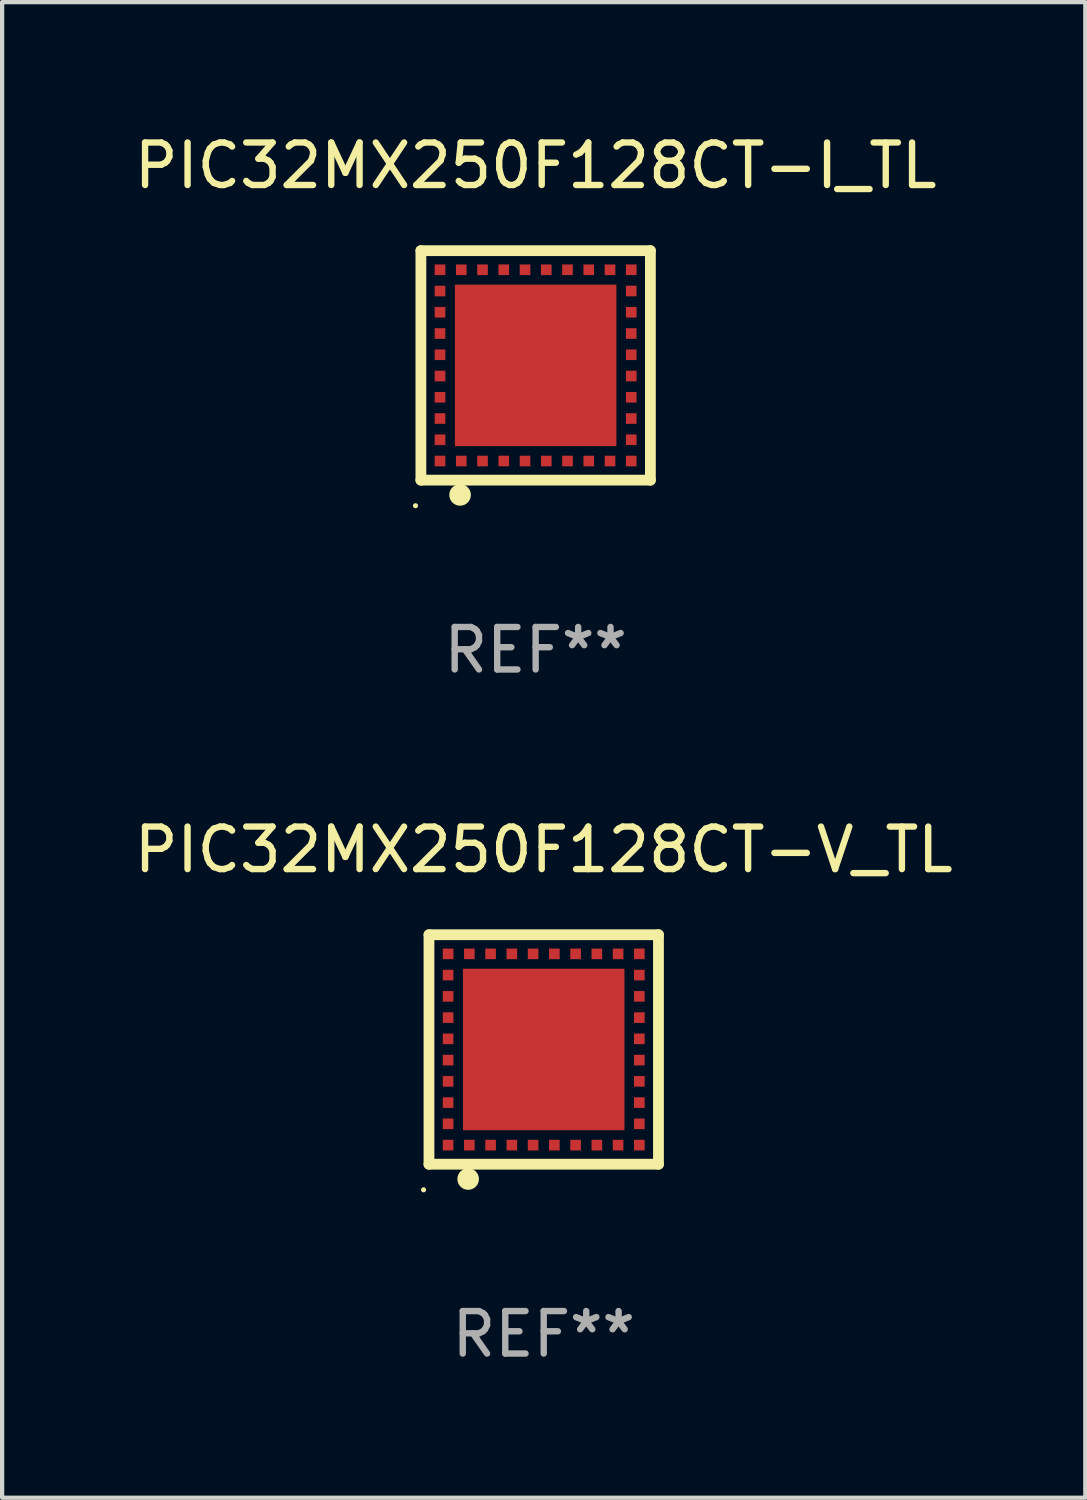
<source format=kicad_pcb>
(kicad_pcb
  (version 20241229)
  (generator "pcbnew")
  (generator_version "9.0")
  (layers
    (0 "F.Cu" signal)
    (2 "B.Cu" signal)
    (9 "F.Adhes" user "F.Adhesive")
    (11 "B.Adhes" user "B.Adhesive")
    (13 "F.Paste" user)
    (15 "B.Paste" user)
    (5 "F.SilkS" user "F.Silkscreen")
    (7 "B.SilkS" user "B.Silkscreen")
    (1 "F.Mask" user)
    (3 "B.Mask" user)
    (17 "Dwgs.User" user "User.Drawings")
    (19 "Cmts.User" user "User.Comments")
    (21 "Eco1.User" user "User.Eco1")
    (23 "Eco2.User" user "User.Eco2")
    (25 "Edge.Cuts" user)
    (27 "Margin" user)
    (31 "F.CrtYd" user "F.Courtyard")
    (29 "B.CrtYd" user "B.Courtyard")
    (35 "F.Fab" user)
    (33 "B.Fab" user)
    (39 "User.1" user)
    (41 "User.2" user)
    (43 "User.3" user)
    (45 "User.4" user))
  (footprint "PIC32MX250F128CT-V_TL"
    (layer "F.Cu")
    (at 9.744 21.645)
    (property "Reference" "PIC32MX250F128CT-V_TL" (at 0 -4.7 0) (layer "F.SilkS") (effects (font (size 1 1) (thickness 0.15))))
    (attr through_hole)
    (fp_line (start -2.7 -2.7) (end 2.7 -2.7) (stroke (width 0.254) (type solid)) (layer "F.SilkS"))
    (fp_line (start -2.7 2.7) (end -2.7 -2.7) (stroke (width 0.254) (type solid)) (layer "F.SilkS"))
    (fp_line (start 2.7 -2.7) (end 2.7 2.7) (stroke (width 0.254) (type solid)) (layer "F.SilkS"))
    (fp_line (start 2.7 2.7) (end -2.7 2.7) (stroke (width 0.254) (type solid)) (layer "F.SilkS"))
    (fp_circle (center -2.827 3.302) (end -2.797 3.302) (stroke (width 0.06) (type solid)) (fill no) (layer "F.SilkS"))
    (fp_circle (center -1.778 3.048) (end -1.651 3.048) (stroke (width 0.254) (type solid)) (fill no) (layer "F.SilkS"))
    (fp_text user "REF**" (at 0 6.7 0) (layer "F.Fab") (effects (font (size 1 1) (thickness 0.15))))
    (pad "1" smd rect (at -1.75 2.25) (size 0.25 0.25) (layers "F.Cu" "F.Mask" "F.Paste"))
    (pad "2" smd rect (at -1.25 2.25) (size 0.25 0.25) (layers "F.Cu" "F.Mask" "F.Paste"))
    (pad "3" smd rect (at -0.75 2.25) (size 0.25 0.25) (layers "F.Cu" "F.Mask" "F.Paste"))
    (pad "4" smd rect (at -0.25 2.25) (size 0.25 0.25) (layers "F.Cu" "F.Mask" "F.Paste"))
    (pad "5" smd rect (at 0.25 2.25) (size 0.25 0.25) (layers "F.Cu" "F.Mask" "F.Paste"))
    (pad "6" smd rect (at 0.75 2.25) (size 0.25 0.25) (layers "F.Cu" "F.Mask" "F.Paste"))
    (pad "7" smd rect (at 1.25 2.25) (size 0.25 0.25) (layers "F.Cu" "F.Mask" "F.Paste"))
    (pad "8" smd rect (at 1.75 2.25) (size 0.25 0.25) (layers "F.Cu" "F.Mask" "F.Paste"))
    (pad "9" smd rect (at 2.25 2.25) (size 0.25 0.25) (layers "F.Cu" "F.Mask" "F.Paste"))
    (pad "10" smd rect (at 2.25 1.75) (size 0.25 0.25) (layers "F.Cu" "F.Mask" "F.Paste"))
    (pad "11" smd rect (at 2.25 1.25) (size 0.25 0.25) (layers "F.Cu" "F.Mask" "F.Paste"))
    (pad "12" smd rect (at 2.25 0.75) (size 0.25 0.25) (layers "F.Cu" "F.Mask" "F.Paste"))
    (pad "13" smd rect (at 2.25 0.25) (size 0.25 0.25) (layers "F.Cu" "F.Mask" "F.Paste"))
    (pad "14" smd rect (at 2.25 -0.25) (size 0.25 0.25) (layers "F.Cu" "F.Mask" "F.Paste"))
    (pad "15" smd rect (at 2.25 -0.75) (size 0.25 0.25) (layers "F.Cu" "F.Mask" "F.Paste"))
    (pad "16" smd rect (at 2.25 -1.25) (size 0.25 0.25) (layers "F.Cu" "F.Mask" "F.Paste"))
    (pad "17" smd rect (at 2.25 -1.75) (size 0.25 0.25) (layers "F.Cu" "F.Mask" "F.Paste"))
    (pad "18" smd rect (at 2.25 -2.25) (size 0.25 0.25) (layers "F.Cu" "F.Mask" "F.Paste"))
    (pad "19" smd rect (at 1.75 -2.25) (size 0.25 0.25) (layers "F.Cu" "F.Mask" "F.Paste"))
    (pad "20" smd rect (at 1.25 -2.25) (size 0.25 0.25) (layers "F.Cu" "F.Mask" "F.Paste"))
    (pad "21" smd rect (at 0.75 -2.25) (size 0.25 0.25) (layers "F.Cu" "F.Mask" "F.Paste"))
    (pad "22" smd rect (at 0.25 -2.25) (size 0.25 0.25) (layers "F.Cu" "F.Mask" "F.Paste"))
    (pad "23" smd rect (at -0.25 -2.25) (size 0.25 0.25) (layers "F.Cu" "F.Mask" "F.Paste"))
    (pad "24" smd rect (at -0.75 -2.25) (size 0.25 0.25) (layers "F.Cu" "F.Mask" "F.Paste"))
    (pad "25" smd rect (at -1.25 -2.25) (size 0.25 0.25) (layers "F.Cu" "F.Mask" "F.Paste"))
    (pad "26" smd rect (at -1.75 -2.25) (size 0.25 0.25) (layers "F.Cu" "F.Mask" "F.Paste"))
    (pad "27" smd rect (at -2.25 -2.25) (size 0.25 0.25) (layers "F.Cu" "F.Mask" "F.Paste"))
    (pad "28" smd rect (at -2.25 -1.75) (size 0.25 0.25) (layers "F.Cu" "F.Mask" "F.Paste"))
    (pad "29" smd rect (at -2.25 -1.25) (size 0.25 0.25) (layers "F.Cu" "F.Mask" "F.Paste"))
    (pad "30" smd rect (at -2.25 -0.75) (size 0.25 0.25) (layers "F.Cu" "F.Mask" "F.Paste"))
    (pad "31" smd rect (at -2.25 -0.25) (size 0.25 0.25) (layers "F.Cu" "F.Mask" "F.Paste"))
    (pad "32" smd rect (at -2.25 0.25) (size 0.25 0.25) (layers "F.Cu" "F.Mask" "F.Paste"))
    (pad "33" smd rect (at -2.25 0.75) (size 0.25 0.25) (layers "F.Cu" "F.Mask" "F.Paste"))
    (pad "34" smd rect (at -2.25 1.25) (size 0.25 0.25) (layers "F.Cu" "F.Mask" "F.Paste"))
    (pad "35" smd rect (at -2.25 1.75) (size 0.25 0.25) (layers "F.Cu" "F.Mask" "F.Paste"))
    (pad "36" smd rect (at -2.25 2.25) (size 0.25 0.25) (layers "F.Cu" "F.Mask" "F.Paste"))
    (pad "37" smd rect (at 0.000127 -0.000076) (size 3.8 3.8) (layers "F.Cu" "F.Mask" "F.Paste")))
  (footprint "PIC32MX250F128CT-I_TL"
    (layer "F.Cu")
    (at 9.554 5.548)
    (property "Reference" "PIC32MX250F128CT-I_TL" (at 0 -4.7 0) (layer "F.SilkS") (effects (font (size 1 1) (thickness 0.15))))
    (attr through_hole)
    (fp_line (start -2.7 -2.7) (end 2.7 -2.7) (stroke (width 0.254) (type solid)) (layer "F.SilkS"))
    (fp_line (start -2.7 2.7) (end -2.7 -2.7) (stroke (width 0.254) (type solid)) (layer "F.SilkS"))
    (fp_line (start 2.7 -2.7) (end 2.7 2.7) (stroke (width 0.254) (type solid)) (layer "F.SilkS"))
    (fp_line (start 2.7 2.7) (end -2.7 2.7) (stroke (width 0.254) (type solid)) (layer "F.SilkS"))
    (fp_circle (center -2.827 3.302) (end -2.797 3.302) (stroke (width 0.06) (type solid)) (fill no) (layer "F.SilkS"))
    (fp_circle (center -1.778 3.048) (end -1.651 3.048) (stroke (width 0.254) (type solid)) (fill no) (layer "F.SilkS"))
    (fp_text user "REF**" (at 0 6.7 0) (layer "F.Fab") (effects (font (size 1 1) (thickness 0.15))))
    (pad "1" smd rect (at -1.75 2.25) (size 0.25 0.25) (layers "F.Cu" "F.Mask" "F.Paste"))
    (pad "2" smd rect (at -1.25 2.25) (size 0.25 0.25) (layers "F.Cu" "F.Mask" "F.Paste"))
    (pad "3" smd rect (at -0.75 2.25) (size 0.25 0.25) (layers "F.Cu" "F.Mask" "F.Paste"))
    (pad "4" smd rect (at -0.25 2.25) (size 0.25 0.25) (layers "F.Cu" "F.Mask" "F.Paste"))
    (pad "5" smd rect (at 0.25 2.25) (size 0.25 0.25) (layers "F.Cu" "F.Mask" "F.Paste"))
    (pad "6" smd rect (at 0.75 2.25) (size 0.25 0.25) (layers "F.Cu" "F.Mask" "F.Paste"))
    (pad "7" smd rect (at 1.25 2.25) (size 0.25 0.25) (layers "F.Cu" "F.Mask" "F.Paste"))
    (pad "8" smd rect (at 1.75 2.25) (size 0.25 0.25) (layers "F.Cu" "F.Mask" "F.Paste"))
    (pad "9" smd rect (at 2.25 2.25) (size 0.25 0.25) (layers "F.Cu" "F.Mask" "F.Paste"))
    (pad "10" smd rect (at 2.25 1.75) (size 0.25 0.25) (layers "F.Cu" "F.Mask" "F.Paste"))
    (pad "11" smd rect (at 2.25 1.25) (size 0.25 0.25) (layers "F.Cu" "F.Mask" "F.Paste"))
    (pad "12" smd rect (at 2.25 0.75) (size 0.25 0.25) (layers "F.Cu" "F.Mask" "F.Paste"))
    (pad "13" smd rect (at 2.25 0.25) (size 0.25 0.25) (layers "F.Cu" "F.Mask" "F.Paste"))
    (pad "14" smd rect (at 2.25 -0.25) (size 0.25 0.25) (layers "F.Cu" "F.Mask" "F.Paste"))
    (pad "15" smd rect (at 2.25 -0.75) (size 0.25 0.25) (layers "F.Cu" "F.Mask" "F.Paste"))
    (pad "16" smd rect (at 2.25 -1.25) (size 0.25 0.25) (layers "F.Cu" "F.Mask" "F.Paste"))
    (pad "17" smd rect (at 2.25 -1.75) (size 0.25 0.25) (layers "F.Cu" "F.Mask" "F.Paste"))
    (pad "18" smd rect (at 2.25 -2.25) (size 0.25 0.25) (layers "F.Cu" "F.Mask" "F.Paste"))
    (pad "19" smd rect (at 1.75 -2.25) (size 0.25 0.25) (layers "F.Cu" "F.Mask" "F.Paste"))
    (pad "20" smd rect (at 1.25 -2.25) (size 0.25 0.25) (layers "F.Cu" "F.Mask" "F.Paste"))
    (pad "21" smd rect (at 0.75 -2.25) (size 0.25 0.25) (layers "F.Cu" "F.Mask" "F.Paste"))
    (pad "22" smd rect (at 0.25 -2.25) (size 0.25 0.25) (layers "F.Cu" "F.Mask" "F.Paste"))
    (pad "23" smd rect (at -0.25 -2.25) (size 0.25 0.25) (layers "F.Cu" "F.Mask" "F.Paste"))
    (pad "24" smd rect (at -0.75 -2.25) (size 0.25 0.25) (layers "F.Cu" "F.Mask" "F.Paste"))
    (pad "25" smd rect (at -1.25 -2.25) (size 0.25 0.25) (layers "F.Cu" "F.Mask" "F.Paste"))
    (pad "26" smd rect (at -1.75 -2.25) (size 0.25 0.25) (layers "F.Cu" "F.Mask" "F.Paste"))
    (pad "27" smd rect (at -2.25 -2.25) (size 0.25 0.25) (layers "F.Cu" "F.Mask" "F.Paste"))
    (pad "28" smd rect (at -2.25 -1.75) (size 0.25 0.25) (layers "F.Cu" "F.Mask" "F.Paste"))
    (pad "29" smd rect (at -2.25 -1.25) (size 0.25 0.25) (layers "F.Cu" "F.Mask" "F.Paste"))
    (pad "30" smd rect (at -2.25 -0.75) (size 0.25 0.25) (layers "F.Cu" "F.Mask" "F.Paste"))
    (pad "31" smd rect (at -2.25 -0.25) (size 0.25 0.25) (layers "F.Cu" "F.Mask" "F.Paste"))
    (pad "32" smd rect (at -2.25 0.25) (size 0.25 0.25) (layers "F.Cu" "F.Mask" "F.Paste"))
    (pad "33" smd rect (at -2.25 0.75) (size 0.25 0.25) (layers "F.Cu" "F.Mask" "F.Paste"))
    (pad "34" smd rect (at -2.25 1.25) (size 0.25 0.25) (layers "F.Cu" "F.Mask" "F.Paste"))
    (pad "35" smd rect (at -2.25 1.75) (size 0.25 0.25) (layers "F.Cu" "F.Mask" "F.Paste"))
    (pad "36" smd rect (at -2.25 2.25) (size 0.25 0.25) (layers "F.Cu" "F.Mask" "F.Paste"))
    (pad "37" smd rect (at 0.000127 -0.000076) (size 3.8 3.8) (layers "F.Cu" "F.Mask" "F.Paste")))
  (gr_rect
    (start -3 -3)
    (end 22.488 32.193)
    (stroke (width 0.1) (type default))
    (fill no)
    (layer "Edge.Cuts")))
</source>
